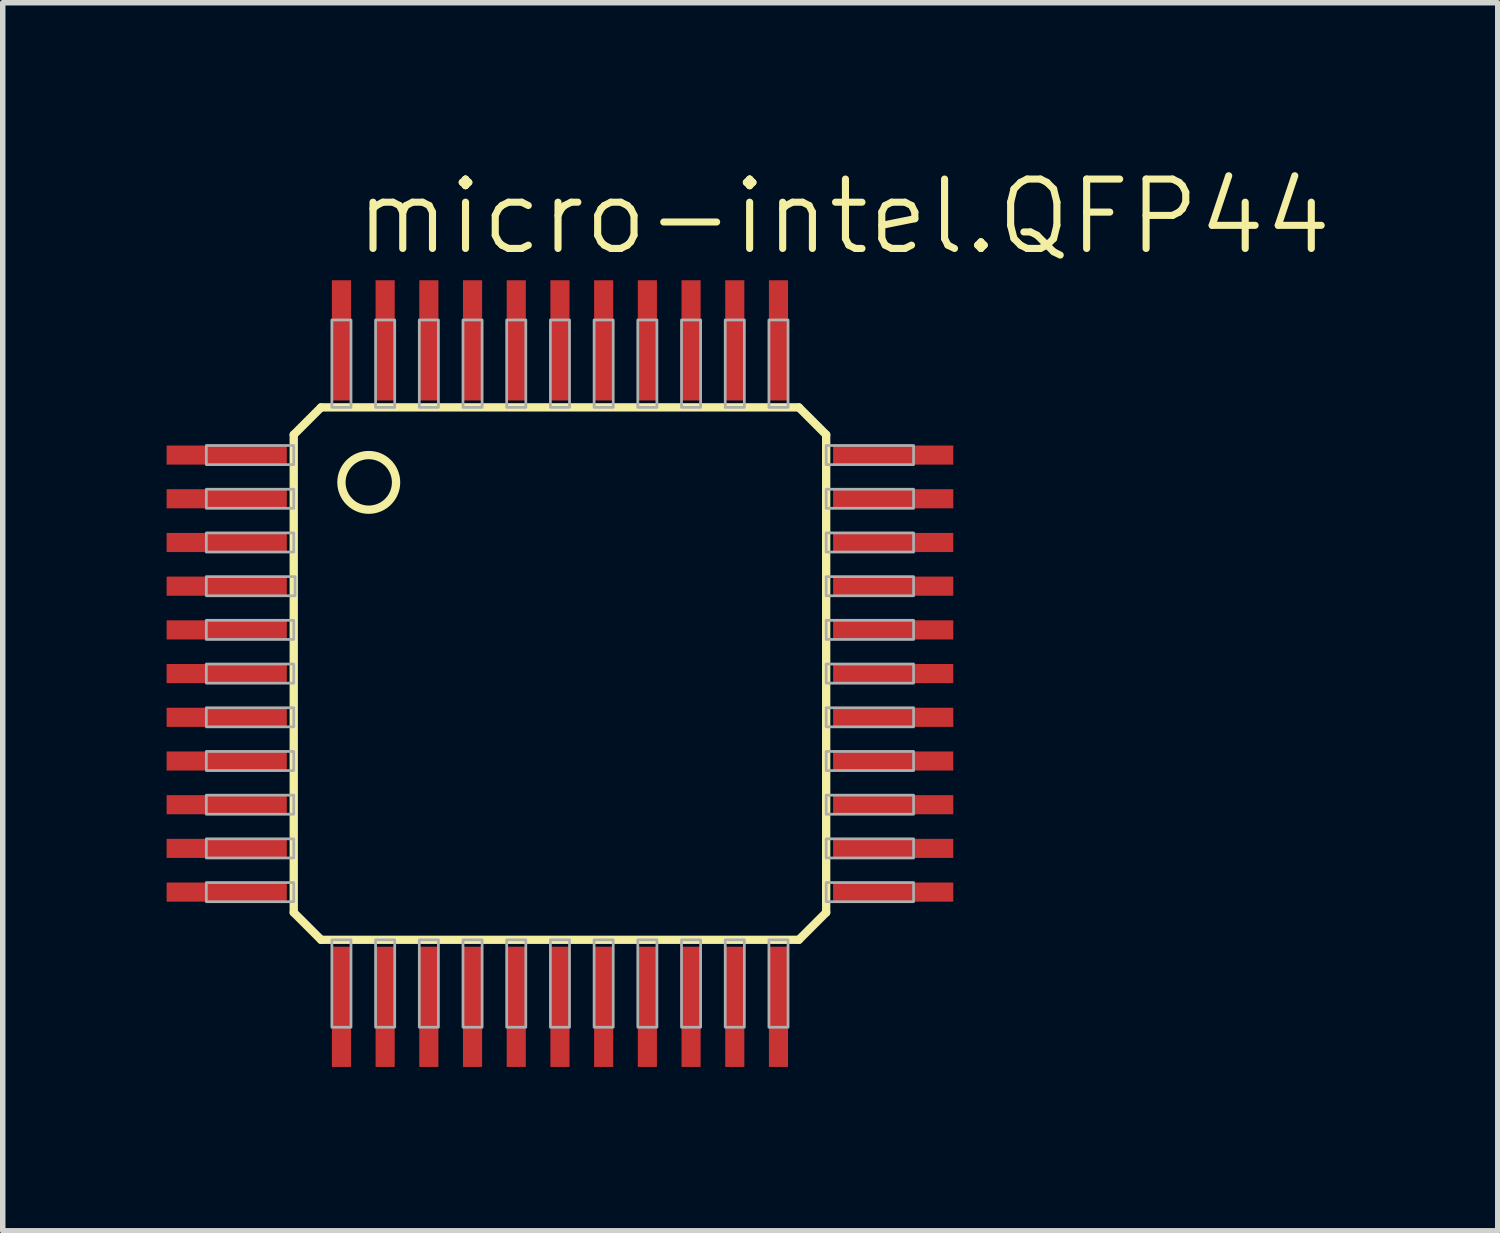
<source format=kicad_pcb>
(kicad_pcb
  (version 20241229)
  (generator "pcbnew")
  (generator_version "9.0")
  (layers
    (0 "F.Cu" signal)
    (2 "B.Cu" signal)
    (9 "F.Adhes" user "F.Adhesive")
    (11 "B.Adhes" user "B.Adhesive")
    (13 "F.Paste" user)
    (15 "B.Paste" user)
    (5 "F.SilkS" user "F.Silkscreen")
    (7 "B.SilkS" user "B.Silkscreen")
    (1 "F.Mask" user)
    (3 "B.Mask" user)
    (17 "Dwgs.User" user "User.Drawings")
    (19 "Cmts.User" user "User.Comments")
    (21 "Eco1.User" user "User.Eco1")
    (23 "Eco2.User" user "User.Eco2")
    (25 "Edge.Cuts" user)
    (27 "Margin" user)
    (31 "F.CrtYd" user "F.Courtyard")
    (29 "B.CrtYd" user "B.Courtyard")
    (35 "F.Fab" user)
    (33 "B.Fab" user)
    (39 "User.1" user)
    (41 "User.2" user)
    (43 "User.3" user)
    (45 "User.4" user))
  (footprint "micro-intel.QFP44"
    (layer "F.Cu")
    (at 7.2 9.28)
    (property "Reference" "micro-intel.QFP44" (at -3.81 -7.62 0) (layer "F.SilkS") (effects (font (size 1.27 1.27) (thickness 0.13)) (justify left bottom)))
    (attr smd)
    (fp_line (start -4.873 -4.373) (end -4.873 4.373) (stroke (width 0.152) (type default)) (layer "F.SilkS"))
    (fp_line (start -4.873 4.373) (end -4.373 4.873) (stroke (width 0.152) (type default)) (layer "F.SilkS"))
    (fp_line (start -4.373 -4.873) (end -4.873 -4.373) (stroke (width 0.152) (type default)) (layer "F.SilkS"))
    (fp_line (start -4.373 4.873) (end 4.373 4.873) (stroke (width 0.152) (type default)) (layer "F.SilkS"))
    (fp_line (start 4.373 -4.873) (end -4.373 -4.873) (stroke (width 0.152) (type default)) (layer "F.SilkS"))
    (fp_line (start 4.373 4.873) (end 4.873 4.373) (stroke (width 0.152) (type default)) (layer "F.SilkS"))
    (fp_line (start 4.873 -4.373) (end 4.373 -4.873) (stroke (width 0.152) (type default)) (layer "F.SilkS"))
    (fp_line (start 4.873 4.373) (end 4.873 -4.373) (stroke (width 0.152) (type default)) (layer "F.SilkS"))
    (fp_circle (center -3.5 -3.5) (end -3 -3.5) (stroke (width 0.152) (type default)) (fill no) (layer "F.SilkS"))
    (fp_rect (start -6.473 -3.825) (end -4.873 -4.175) (stroke (width 0.05) (type default)) (fill no) (layer "F.Fab"))
    (fp_rect (start -6.473 -3.025) (end -4.873 -3.375) (stroke (width 0.05) (type default)) (fill no) (layer "F.Fab"))
    (fp_rect (start -6.473 -2.225) (end -4.873 -2.575) (stroke (width 0.05) (type default)) (fill no) (layer "F.Fab"))
    (fp_rect (start -6.473 -1.425) (end -4.848 -1.775) (stroke (width 0.05) (type default)) (fill no) (layer "F.Fab"))
    (fp_rect (start -6.473 -0.625) (end -4.873 -0.975) (stroke (width 0.05) (type default)) (fill no) (layer "F.Fab"))
    (fp_rect (start -6.473 0.175) (end -4.873 -0.175) (stroke (width 0.05) (type default)) (fill no) (layer "F.Fab"))
    (fp_rect (start -6.473 0.975) (end -4.873 0.625) (stroke (width 0.05) (type default)) (fill no) (layer "F.Fab"))
    (fp_rect (start -6.473 1.775) (end -4.873 1.425) (stroke (width 0.05) (type default)) (fill no) (layer "F.Fab"))
    (fp_rect (start -6.473 2.575) (end -4.873 2.225) (stroke (width 0.05) (type default)) (fill no) (layer "F.Fab"))
    (fp_rect (start -6.473 3.375) (end -4.873 3.025) (stroke (width 0.05) (type default)) (fill no) (layer "F.Fab"))
    (fp_rect (start -6.473 4.175) (end -4.873 3.825) (stroke (width 0.05) (type default)) (fill no) (layer "F.Fab"))
    (fp_rect (start -4.175 -4.873) (end -3.825 -6.473) (stroke (width 0.05) (type default)) (fill no) (layer "F.Fab"))
    (fp_rect (start -4.175 6.473) (end -3.825 4.873) (stroke (width 0.05) (type default)) (fill no) (layer "F.Fab"))
    (fp_rect (start -3.375 -4.873) (end -3.025 -6.473) (stroke (width 0.05) (type default)) (fill no) (layer "F.Fab"))
    (fp_rect (start -3.375 6.473) (end -3.025 4.873) (stroke (width 0.05) (type default)) (fill no) (layer "F.Fab"))
    (fp_rect (start -2.575 -4.873) (end -2.225 -6.473) (stroke (width 0.05) (type default)) (fill no) (layer "F.Fab"))
    (fp_rect (start -2.575 6.473) (end -2.225 4.873) (stroke (width 0.05) (type default)) (fill no) (layer "F.Fab"))
    (fp_rect (start -1.775 -4.873) (end -1.425 -6.473) (stroke (width 0.05) (type default)) (fill no) (layer "F.Fab"))
    (fp_rect (start -1.775 6.473) (end -1.425 4.873) (stroke (width 0.05) (type default)) (fill no) (layer "F.Fab"))
    (fp_rect (start -0.975 -4.873) (end -0.625 -6.473) (stroke (width 0.05) (type default)) (fill no) (layer "F.Fab"))
    (fp_rect (start -0.975 6.473) (end -0.625 4.873) (stroke (width 0.05) (type default)) (fill no) (layer "F.Fab"))
    (fp_rect (start -0.175 -4.873) (end 0.175 -6.473) (stroke (width 0.05) (type default)) (fill no) (layer "F.Fab"))
    (fp_rect (start -0.175 6.473) (end 0.175 4.873) (stroke (width 0.05) (type default)) (fill no) (layer "F.Fab"))
    (fp_rect (start 0.625 -4.873) (end 0.975 -6.473) (stroke (width 0.05) (type default)) (fill no) (layer "F.Fab"))
    (fp_rect (start 0.625 6.473) (end 0.975 4.873) (stroke (width 0.05) (type default)) (fill no) (layer "F.Fab"))
    (fp_rect (start 1.425 -4.873) (end 1.775 -6.473) (stroke (width 0.05) (type default)) (fill no) (layer "F.Fab"))
    (fp_rect (start 1.425 6.473) (end 1.775 4.873) (stroke (width 0.05) (type default)) (fill no) (layer "F.Fab"))
    (fp_rect (start 2.225 -4.873) (end 2.575 -6.473) (stroke (width 0.05) (type default)) (fill no) (layer "F.Fab"))
    (fp_rect (start 2.225 6.473) (end 2.575 4.873) (stroke (width 0.05) (type default)) (fill no) (layer "F.Fab"))
    (fp_rect (start 3.025 -4.873) (end 3.375 -6.473) (stroke (width 0.05) (type default)) (fill no) (layer "F.Fab"))
    (fp_rect (start 3.025 6.473) (end 3.375 4.873) (stroke (width 0.05) (type default)) (fill no) (layer "F.Fab"))
    (fp_rect (start 3.825 -4.873) (end 4.175 -6.473) (stroke (width 0.05) (type default)) (fill no) (layer "F.Fab"))
    (fp_rect (start 3.825 6.473) (end 4.175 4.873) (stroke (width 0.05) (type default)) (fill no) (layer "F.Fab"))
    (fp_rect (start 4.873 -3.825) (end 6.473 -4.175) (stroke (width 0.05) (type default)) (fill no) (layer "F.Fab"))
    (fp_rect (start 4.873 -3.025) (end 6.473 -3.375) (stroke (width 0.05) (type default)) (fill no) (layer "F.Fab"))
    (fp_rect (start 4.873 -2.225) (end 6.473 -2.575) (stroke (width 0.05) (type default)) (fill no) (layer "F.Fab"))
    (fp_rect (start 4.873 -1.425) (end 6.473 -1.775) (stroke (width 0.05) (type default)) (fill no) (layer "F.Fab"))
    (fp_rect (start 4.873 -0.625) (end 6.473 -0.975) (stroke (width 0.05) (type default)) (fill no) (layer "F.Fab"))
    (fp_rect (start 4.873 0.175) (end 6.473 -0.175) (stroke (width 0.05) (type default)) (fill no) (layer "F.Fab"))
    (fp_rect (start 4.873 0.975) (end 6.473 0.625) (stroke (width 0.05) (type default)) (fill no) (layer "F.Fab"))
    (fp_rect (start 4.873 1.775) (end 6.473 1.425) (stroke (width 0.05) (type default)) (fill no) (layer "F.Fab"))
    (fp_rect (start 4.873 2.575) (end 6.473 2.225) (stroke (width 0.05) (type default)) (fill no) (layer "F.Fab"))
    (fp_rect (start 4.873 3.375) (end 6.473 3.025) (stroke (width 0.05) (type default)) (fill no) (layer "F.Fab"))
    (fp_rect (start 4.873 4.175) (end 6.473 3.825) (stroke (width 0.05) (type default)) (fill no) (layer "F.Fab"))
    (pad "1" smd roundrect (at -6.1 -4) (size 2.2 0.35) (layers "F.Cu" "F.Mask" "F.Paste") (roundrect_rratio 0.01))
    (pad "2" smd roundrect (at -6.1 -3.2) (size 2.2 0.35) (layers "F.Cu" "F.Mask" "F.Paste") (roundrect_rratio 0.01))
    (pad "3" smd roundrect (at -6.1 -2.4) (size 2.2 0.35) (layers "F.Cu" "F.Mask" "F.Paste") (roundrect_rratio 0.01))
    (pad "4" smd roundrect (at -6.1 -1.6) (size 2.2 0.35) (layers "F.Cu" "F.Mask" "F.Paste") (roundrect_rratio 0.01))
    (pad "5" smd roundrect (at -6.1 -0.8) (size 2.2 0.35) (layers "F.Cu" "F.Mask" "F.Paste") (roundrect_rratio 0.01))
    (pad "6" smd roundrect (at -6.1 0) (size 2.2 0.35) (layers "F.Cu" "F.Mask" "F.Paste") (roundrect_rratio 0.01))
    (pad "7" smd roundrect (at -6.1 0.8) (size 2.2 0.35) (layers "F.Cu" "F.Mask" "F.Paste") (roundrect_rratio 0.01))
    (pad "8" smd roundrect (at -6.1 1.6) (size 2.2 0.35) (layers "F.Cu" "F.Mask" "F.Paste") (roundrect_rratio 0.01))
    (pad "9" smd roundrect (at -6.1 2.4) (size 2.2 0.35) (layers "F.Cu" "F.Mask" "F.Paste") (roundrect_rratio 0.01))
    (pad "10" smd roundrect (at -6.1 3.2) (size 2.2 0.35) (layers "F.Cu" "F.Mask" "F.Paste") (roundrect_rratio 0.01))
    (pad "11" smd roundrect (at -6.1 4) (size 2.2 0.35) (layers "F.Cu" "F.Mask" "F.Paste") (roundrect_rratio 0.01))
    (pad "12" smd roundrect (at -4 6.1) (size 0.35 2.2) (layers "F.Cu" "F.Mask" "F.Paste") (roundrect_rratio 0.01))
    (pad "13" smd roundrect (at -3.2 6.1) (size 0.35 2.2) (layers "F.Cu" "F.Mask" "F.Paste") (roundrect_rratio 0.01))
    (pad "14" smd roundrect (at -2.4 6.1) (size 0.35 2.2) (layers "F.Cu" "F.Mask" "F.Paste") (roundrect_rratio 0.01))
    (pad "15" smd roundrect (at -1.6 6.1) (size 0.35 2.2) (layers "F.Cu" "F.Mask" "F.Paste") (roundrect_rratio 0.01))
    (pad "16" smd roundrect (at -0.8 6.1) (size 0.35 2.2) (layers "F.Cu" "F.Mask" "F.Paste") (roundrect_rratio 0.01))
    (pad "17" smd roundrect (at 0 6.1) (size 0.35 2.2) (layers "F.Cu" "F.Mask" "F.Paste") (roundrect_rratio 0.01))
    (pad "18" smd roundrect (at 0.8 6.1) (size 0.35 2.2) (layers "F.Cu" "F.Mask" "F.Paste") (roundrect_rratio 0.01))
    (pad "19" smd roundrect (at 1.6 6.1) (size 0.35 2.2) (layers "F.Cu" "F.Mask" "F.Paste") (roundrect_rratio 0.01))
    (pad "20" smd roundrect (at 2.4 6.1) (size 0.35 2.2) (layers "F.Cu" "F.Mask" "F.Paste") (roundrect_rratio 0.01))
    (pad "21" smd roundrect (at 3.2 6.1) (size 0.35 2.2) (layers "F.Cu" "F.Mask" "F.Paste") (roundrect_rratio 0.01))
    (pad "22" smd roundrect (at 4 6.1) (size 0.35 2.2) (layers "F.Cu" "F.Mask" "F.Paste") (roundrect_rratio 0.01))
    (pad "23" smd roundrect (at 6.1 4) (size 2.2 0.35) (layers "F.Cu" "F.Mask" "F.Paste") (roundrect_rratio 0.01))
    (pad "24" smd roundrect (at 6.1 3.2) (size 2.2 0.35) (layers "F.Cu" "F.Mask" "F.Paste") (roundrect_rratio 0.01))
    (pad "25" smd roundrect (at 6.1 2.4) (size 2.2 0.35) (layers "F.Cu" "F.Mask" "F.Paste") (roundrect_rratio 0.01))
    (pad "26" smd roundrect (at 6.1 1.6) (size 2.2 0.35) (layers "F.Cu" "F.Mask" "F.Paste") (roundrect_rratio 0.01))
    (pad "27" smd roundrect (at 6.1 0.8) (size 2.2 0.35) (layers "F.Cu" "F.Mask" "F.Paste") (roundrect_rratio 0.01))
    (pad "28" smd roundrect (at 6.1 0) (size 2.2 0.35) (layers "F.Cu" "F.Mask" "F.Paste") (roundrect_rratio 0.01))
    (pad "29" smd roundrect (at 6.1 -0.8) (size 2.2 0.35) (layers "F.Cu" "F.Mask" "F.Paste") (roundrect_rratio 0.01))
    (pad "30" smd roundrect (at 6.1 -1.6) (size 2.2 0.35) (layers "F.Cu" "F.Mask" "F.Paste") (roundrect_rratio 0.01))
    (pad "31" smd roundrect (at 6.1 -2.4) (size 2.2 0.35) (layers "F.Cu" "F.Mask" "F.Paste") (roundrect_rratio 0.01))
    (pad "32" smd roundrect (at 6.1 -3.2) (size 2.2 0.35) (layers "F.Cu" "F.Mask" "F.Paste") (roundrect_rratio 0.01))
    (pad "33" smd roundrect (at 6.1 -4) (size 2.2 0.35) (layers "F.Cu" "F.Mask" "F.Paste") (roundrect_rratio 0.01))
    (pad "34" smd roundrect (at 4 -6.1) (size 0.35 2.2) (layers "F.Cu" "F.Mask" "F.Paste") (roundrect_rratio 0.01))
    (pad "35" smd roundrect (at 3.2 -6.1) (size 0.35 2.2) (layers "F.Cu" "F.Mask" "F.Paste") (roundrect_rratio 0.01))
    (pad "36" smd roundrect (at 2.4 -6.1) (size 0.35 2.2) (layers "F.Cu" "F.Mask" "F.Paste") (roundrect_rratio 0.01))
    (pad "37" smd roundrect (at 1.6 -6.1) (size 0.35 2.2) (layers "F.Cu" "F.Mask" "F.Paste") (roundrect_rratio 0.01))
    (pad "38" smd roundrect (at 0.8 -6.1) (size 0.35 2.2) (layers "F.Cu" "F.Mask" "F.Paste") (roundrect_rratio 0.01))
    (pad "39" smd roundrect (at 0 -6.1) (size 0.35 2.2) (layers "F.Cu" "F.Mask" "F.Paste") (roundrect_rratio 0.01))
    (pad "40" smd roundrect (at -0.8 -6.1) (size 0.35 2.2) (layers "F.Cu" "F.Mask" "F.Paste") (roundrect_rratio 0.01))
    (pad "41" smd roundrect (at -1.6 -6.1) (size 0.35 2.2) (layers "F.Cu" "F.Mask" "F.Paste") (roundrect_rratio 0.01))
    (pad "42" smd roundrect (at -2.4 -6.1) (size 0.35 2.2) (layers "F.Cu" "F.Mask" "F.Paste") (roundrect_rratio 0.01))
    (pad "43" smd roundrect (at -3.2 -6.1) (size 0.35 2.2) (layers "F.Cu" "F.Mask" "F.Paste") (roundrect_rratio 0.01))
    (pad "44" smd roundrect (at -4 -6.1) (size 0.35 2.2) (layers "F.Cu" "F.Mask" "F.Paste") (roundrect_rratio 0.01)))
  (gr_rect
    (start -3 -3)
    (end 24.366 19.48)
    (stroke (width 0.1) (type default))
    (fill no)
    (layer "Edge.Cuts")))
</source>
